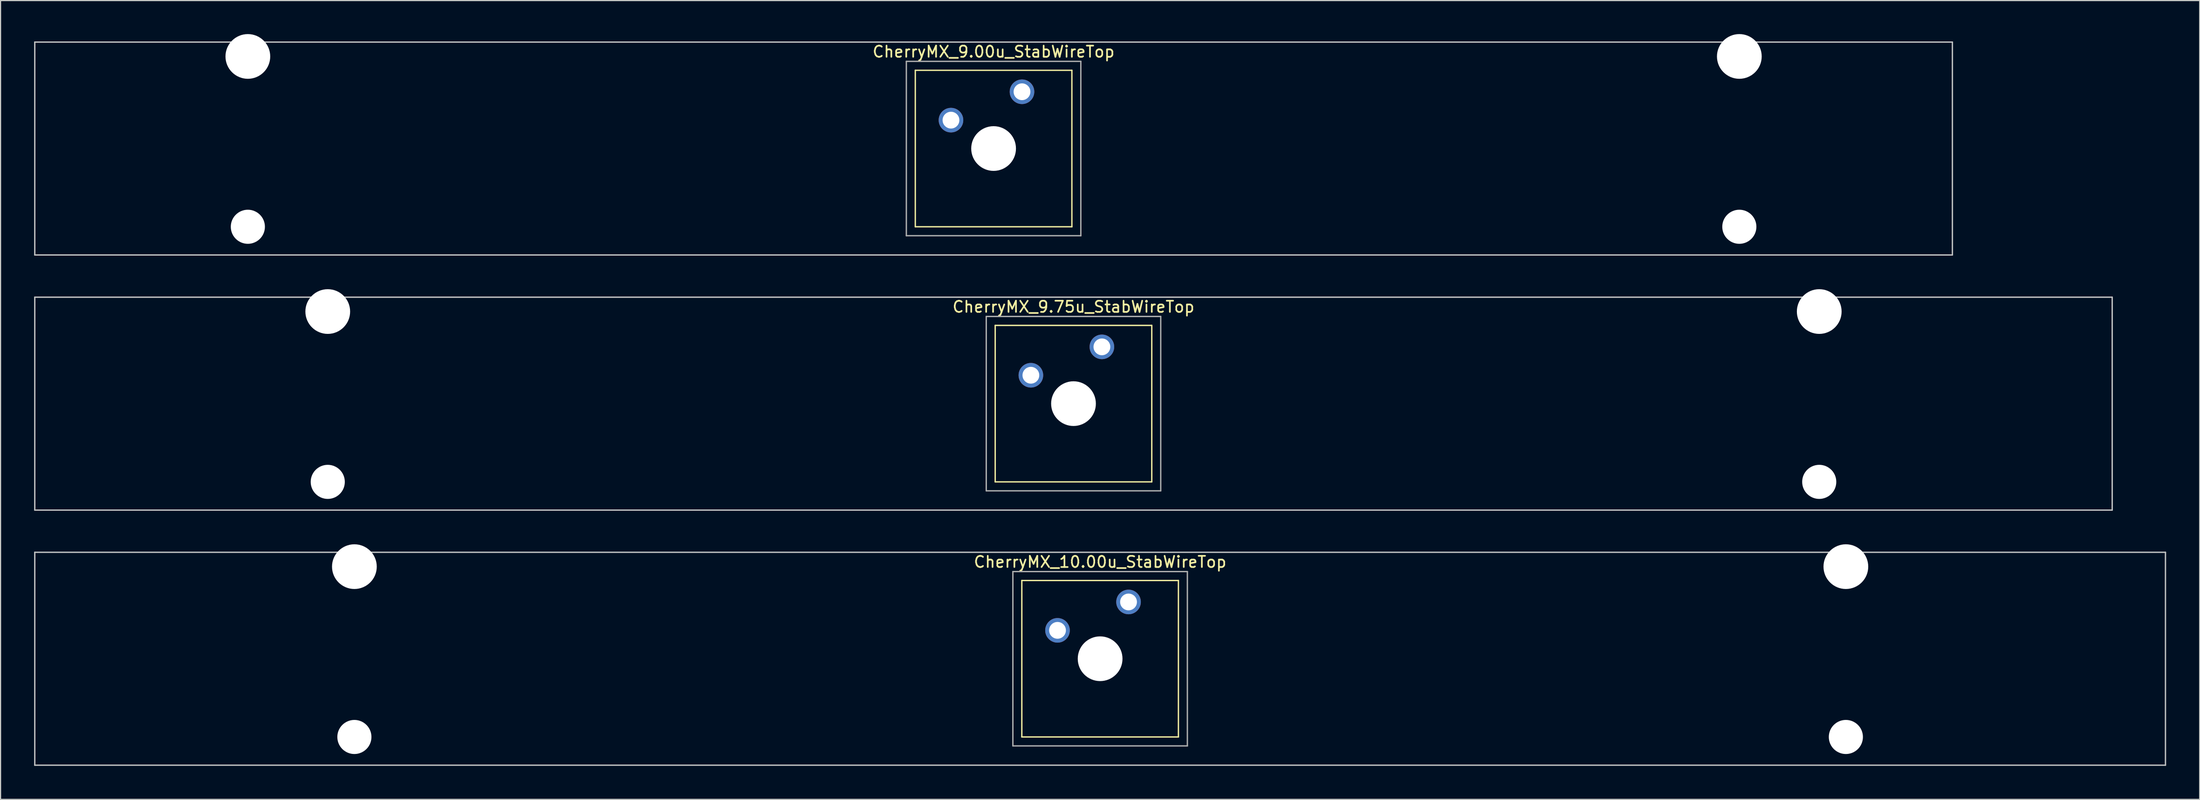
<source format=kicad_pcb>
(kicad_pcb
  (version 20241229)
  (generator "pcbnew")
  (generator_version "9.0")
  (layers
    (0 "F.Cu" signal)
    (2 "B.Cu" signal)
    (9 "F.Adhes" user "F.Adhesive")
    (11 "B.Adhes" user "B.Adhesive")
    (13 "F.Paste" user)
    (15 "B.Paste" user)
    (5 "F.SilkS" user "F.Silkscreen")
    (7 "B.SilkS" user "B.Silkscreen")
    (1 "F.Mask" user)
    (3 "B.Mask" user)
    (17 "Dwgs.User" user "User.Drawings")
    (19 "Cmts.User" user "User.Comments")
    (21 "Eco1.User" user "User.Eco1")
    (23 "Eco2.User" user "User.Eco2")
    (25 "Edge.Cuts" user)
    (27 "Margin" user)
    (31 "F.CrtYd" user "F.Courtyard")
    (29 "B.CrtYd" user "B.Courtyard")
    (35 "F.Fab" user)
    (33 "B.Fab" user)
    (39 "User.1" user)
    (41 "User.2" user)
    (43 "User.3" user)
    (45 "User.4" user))
  (footprint "CherryMX_9.75u_StabWireTop"
    (layer "F.Cu")
    (at 92.929 33.065)
    (property "Reference" "CherryMX_9.75u_StabWireTop" (at 0 -8.662 0) (layer "F.SilkS") (effects (font (size 1 1) (thickness 0.15))))
    (attr through_hole)
    (fp_line (start -7 -7) (end -7 7) (stroke (width 0.12) (type solid)) (layer "F.SilkS"))
    (fp_line (start -7 -7) (end 7 -7) (stroke (width 0.12) (type solid)) (layer "F.SilkS"))
    (fp_line (start 7 -7) (end 7 7) (stroke (width 0.12) (type solid)) (layer "F.SilkS"))
    (fp_line (start 7 7) (end -7 7) (stroke (width 0.12) (type solid)) (layer "F.SilkS"))
    (fp_line (start -92.869 -9.525) (end 92.869 -9.525) (stroke (width 0.12) (type solid)) (layer "Dwgs.User"))
    (fp_line (start -92.869 9.525) (end -92.869 -9.525) (stroke (width 0.12) (type solid)) (layer "Dwgs.User"))
    (fp_line (start 92.869 -9.525) (end 92.869 9.525) (stroke (width 0.12) (type solid)) (layer "Dwgs.User"))
    (fp_line (start 92.869 9.525) (end -92.869 9.525) (stroke (width 0.12) (type solid)) (layer "Dwgs.User"))
    (fp_line (start -7.8 -7.8) (end -7.8 7.8) (stroke (width 0.12) (type solid)) (layer "F.Fab"))
    (fp_line (start -7.8 -7.8) (end 7.8 -7.8) (stroke (width 0.12) (type solid)) (layer "F.Fab"))
    (fp_line (start -7.8 7.8) (end 7.8 7.8) (stroke (width 0.12) (type solid)) (layer "F.Fab"))
    (fp_line (start 7.8 -7.8) (end 7.8 7.8) (stroke (width 0.12) (type solid)) (layer "F.Fab"))
    (pad "" np_thru_hole circle (at -66.675 -8.24) (size 4 4) (drill 4) (layers "*.Cu" "*.Mask"))
    (pad "" np_thru_hole circle (at -66.675 7) (size 3.05 3.05) (drill 3.05) (layers "*.Cu" "*.Mask"))
    (pad "" np_thru_hole circle (at 0 0) (size 4 4) (drill 4) (layers "*.Cu" "*.Mask"))
    (pad "" np_thru_hole circle (at 66.675 -8.24) (size 4 4) (drill 4) (layers "*.Cu" "*.Mask"))
    (pad "" np_thru_hole circle (at 66.675 7) (size 3.05 3.05) (drill 3.05) (layers "*.Cu" "*.Mask"))
    (pad "1" thru_hole circle (at -3.81 -2.54) (size 2.2 2.2) (drill 1.5) (layers "*.Cu" "*.Mask"))
    (pad "2" thru_hole circle (at 2.54 -5.08) (size 2.2 2.2) (drill 1.5) (layers "*.Cu" "*.Mask")))
  (footprint "CherryMX_10.00u_StabWireTop"
    (layer "F.Cu")
    (at 95.31 55.89)
    (property "Reference" "CherryMX_10.00u_StabWireTop" (at 0 -8.662 0) (layer "F.SilkS") (effects (font (size 1 1) (thickness 0.15))))
    (attr through_hole)
    (fp_line (start -7 -7) (end -7 7) (stroke (width 0.12) (type solid)) (layer "F.SilkS"))
    (fp_line (start -7 -7) (end 7 -7) (stroke (width 0.12) (type solid)) (layer "F.SilkS"))
    (fp_line (start 7 -7) (end 7 7) (stroke (width 0.12) (type solid)) (layer "F.SilkS"))
    (fp_line (start 7 7) (end -7 7) (stroke (width 0.12) (type solid)) (layer "F.SilkS"))
    (fp_line (start -95.25 -9.525) (end 95.25 -9.525) (stroke (width 0.12) (type solid)) (layer "Dwgs.User"))
    (fp_line (start -95.25 9.525) (end -95.25 -9.525) (stroke (width 0.12) (type solid)) (layer "Dwgs.User"))
    (fp_line (start 95.25 -9.525) (end 95.25 9.525) (stroke (width 0.12) (type solid)) (layer "Dwgs.User"))
    (fp_line (start 95.25 9.525) (end -95.25 9.525) (stroke (width 0.12) (type solid)) (layer "Dwgs.User"))
    (fp_line (start -7.8 -7.8) (end -7.8 7.8) (stroke (width 0.12) (type solid)) (layer "F.Fab"))
    (fp_line (start -7.8 -7.8) (end 7.8 -7.8) (stroke (width 0.12) (type solid)) (layer "F.Fab"))
    (fp_line (start -7.8 7.8) (end 7.8 7.8) (stroke (width 0.12) (type solid)) (layer "F.Fab"))
    (fp_line (start 7.8 -7.8) (end 7.8 7.8) (stroke (width 0.12) (type solid)) (layer "F.Fab"))
    (pad "" np_thru_hole circle (at -66.675 -8.24) (size 4 4) (drill 4) (layers "*.Cu" "*.Mask"))
    (pad "" np_thru_hole circle (at -66.675 7) (size 3.05 3.05) (drill 3.05) (layers "*.Cu" "*.Mask"))
    (pad "" np_thru_hole circle (at 0 0) (size 4 4) (drill 4) (layers "*.Cu" "*.Mask"))
    (pad "" np_thru_hole circle (at 66.675 -8.24) (size 4 4) (drill 4) (layers "*.Cu" "*.Mask"))
    (pad "" np_thru_hole circle (at 66.675 7) (size 3.05 3.05) (drill 3.05) (layers "*.Cu" "*.Mask"))
    (pad "1" thru_hole circle (at -3.81 -2.54) (size 2.2 2.2) (drill 1.5) (layers "*.Cu" "*.Mask"))
    (pad "2" thru_hole circle (at 2.54 -5.08) (size 2.2 2.2) (drill 1.5) (layers "*.Cu" "*.Mask")))
  (footprint "CherryMX_9.00u_StabWireTop"
    (layer "F.Cu")
    (at 85.785 10.24)
    (property "Reference" "CherryMX_9.00u_StabWireTop" (at 0 -8.662 0) (layer "F.SilkS") (effects (font (size 1 1) (thickness 0.15))))
    (attr through_hole)
    (fp_line (start -7 -7) (end -7 7) (stroke (width 0.12) (type solid)) (layer "F.SilkS"))
    (fp_line (start -7 -7) (end 7 -7) (stroke (width 0.12) (type solid)) (layer "F.SilkS"))
    (fp_line (start 7 -7) (end 7 7) (stroke (width 0.12) (type solid)) (layer "F.SilkS"))
    (fp_line (start 7 7) (end -7 7) (stroke (width 0.12) (type solid)) (layer "F.SilkS"))
    (fp_line (start -85.725 -9.525) (end 85.725 -9.525) (stroke (width 0.12) (type solid)) (layer "Dwgs.User"))
    (fp_line (start -85.725 9.525) (end -85.725 -9.525) (stroke (width 0.12) (type solid)) (layer "Dwgs.User"))
    (fp_line (start 85.725 -9.525) (end 85.725 9.525) (stroke (width 0.12) (type solid)) (layer "Dwgs.User"))
    (fp_line (start 85.725 9.525) (end -85.725 9.525) (stroke (width 0.12) (type solid)) (layer "Dwgs.User"))
    (fp_line (start -7.8 -7.8) (end -7.8 7.8) (stroke (width 0.12) (type solid)) (layer "F.Fab"))
    (fp_line (start -7.8 -7.8) (end 7.8 -7.8) (stroke (width 0.12) (type solid)) (layer "F.Fab"))
    (fp_line (start -7.8 7.8) (end 7.8 7.8) (stroke (width 0.12) (type solid)) (layer "F.Fab"))
    (fp_line (start 7.8 -7.8) (end 7.8 7.8) (stroke (width 0.12) (type solid)) (layer "F.Fab"))
    (pad "" np_thru_hole circle (at -66.675 -8.24) (size 4 4) (drill 4) (layers "*.Cu" "*.Mask"))
    (pad "" np_thru_hole circle (at -66.675 7) (size 3.05 3.05) (drill 3.05) (layers "*.Cu" "*.Mask"))
    (pad "" np_thru_hole circle (at 0 0) (size 4 4) (drill 4) (layers "*.Cu" "*.Mask"))
    (pad "" np_thru_hole circle (at 66.675 -8.24) (size 4 4) (drill 4) (layers "*.Cu" "*.Mask"))
    (pad "" np_thru_hole circle (at 66.675 7) (size 3.05 3.05) (drill 3.05) (layers "*.Cu" "*.Mask"))
    (pad "1" thru_hole circle (at -3.81 -2.54) (size 2.2 2.2) (drill 1.5) (layers "*.Cu" "*.Mask"))
    (pad "2" thru_hole circle (at 2.54 -5.08) (size 2.2 2.2) (drill 1.5) (layers "*.Cu" "*.Mask")))
  (gr_rect
    (start -3 -3)
    (end 193.62 68.475)
    (stroke (width 0.1) (type default))
    (fill no)
    (layer "Edge.Cuts")))
</source>
